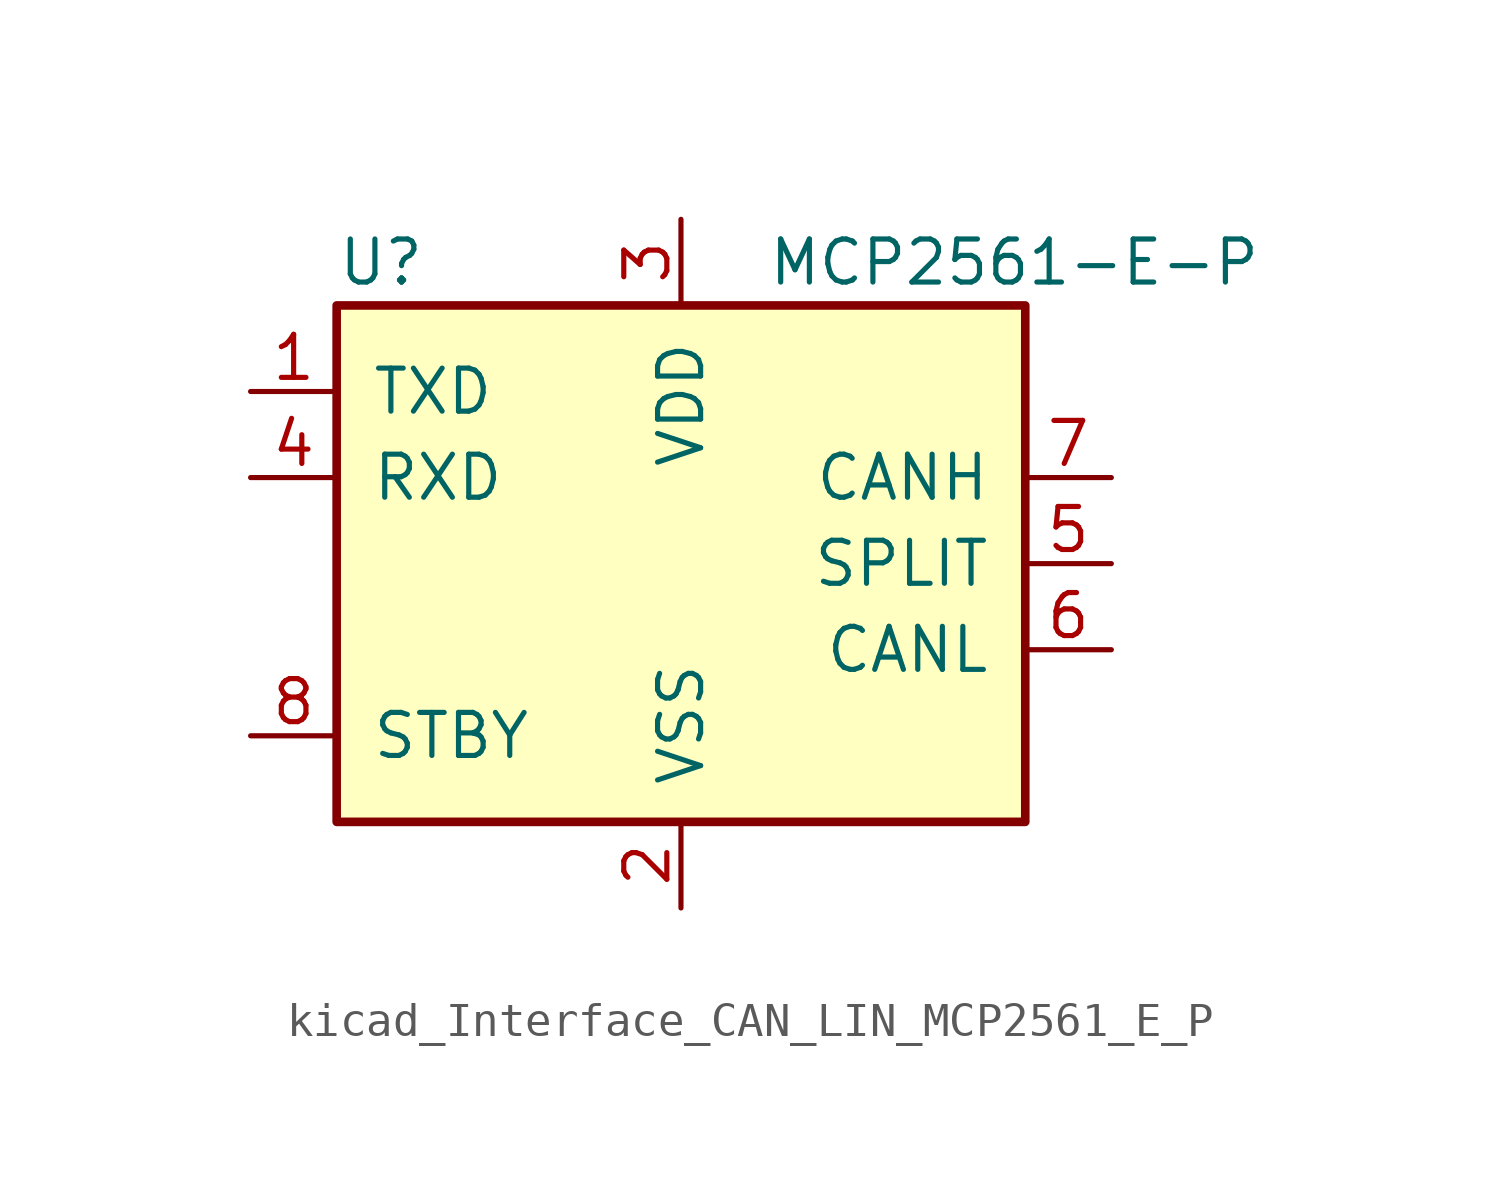
<source format=kicad_sym>
(kicad_symbol_lib
  (version 20220914)
  (generator kicad_symbol_editor)
  (symbol "kicad_Interface_CAN_LIN_MCP2561_E_P"
    (pin_names
      (offset 1.016))
    (property "Reference" "U"
      (at -10.16 8.89 0)
      (effects (font (size 1.27 1.27)) (justify left)))
    (property "Value" "MCP2561-E-P"
      (at 2.54 8.89 0)
      (effects (font (size 1.27 1.27)) (justify left)))
    (symbol "kicad_Interface_CAN_LIN_MCP2561_E_P_0_1"
      (rectangle (start -10.16 7.62) (end 10.16 -7.62) (stroke (width 0.254) (type default)) (fill (type background))))
    (symbol "kicad_Interface_CAN_LIN_MCP2561_E_P_1_1"
      (pin input line (at -12.7 5.08 0) (length 2.54) (name "TXD" (effects (font (size 1.27 1.27)))) (number "1" (effects (font (size 1.27 1.27)))))
      (pin power_in line (at 0 -10.16 90) (length 2.54) (name "VSS" (effects (font (size 1.27 1.27)))) (number "2" (effects (font (size 1.27 1.27)))))
      (pin power_in line (at 0 10.16 270) (length 2.54) (name "VDD" (effects (font (size 1.27 1.27)))) (number "3" (effects (font (size 1.27 1.27)))))
      (pin output line (at -12.7 2.54 0) (length 2.54) (name "RXD" (effects (font (size 1.27 1.27)))) (number "4" (effects (font (size 1.27 1.27)))))
      (pin passive line (at 12.7 0 180) (length 2.54) (name "SPLIT" (effects (font (size 1.27 1.27)))) (number "5" (effects (font (size 1.27 1.27)))))
      (pin bidirectional line (at 12.7 -2.54 180) (length 2.54) (name "CANL" (effects (font (size 1.27 1.27)))) (number "6" (effects (font (size 1.27 1.27)))))
      (pin bidirectional line (at 12.7 2.54 180) (length 2.54) (name "CANH" (effects (font (size 1.27 1.27)))) (number "7" (effects (font (size 1.27 1.27)))))
      (pin input line (at -12.7 -5.08 0) (length 2.54) (name "STBY" (effects (font (size 1.27 1.27)))) (number "8" (effects (font (size 1.27 1.27))))))))
</source>
